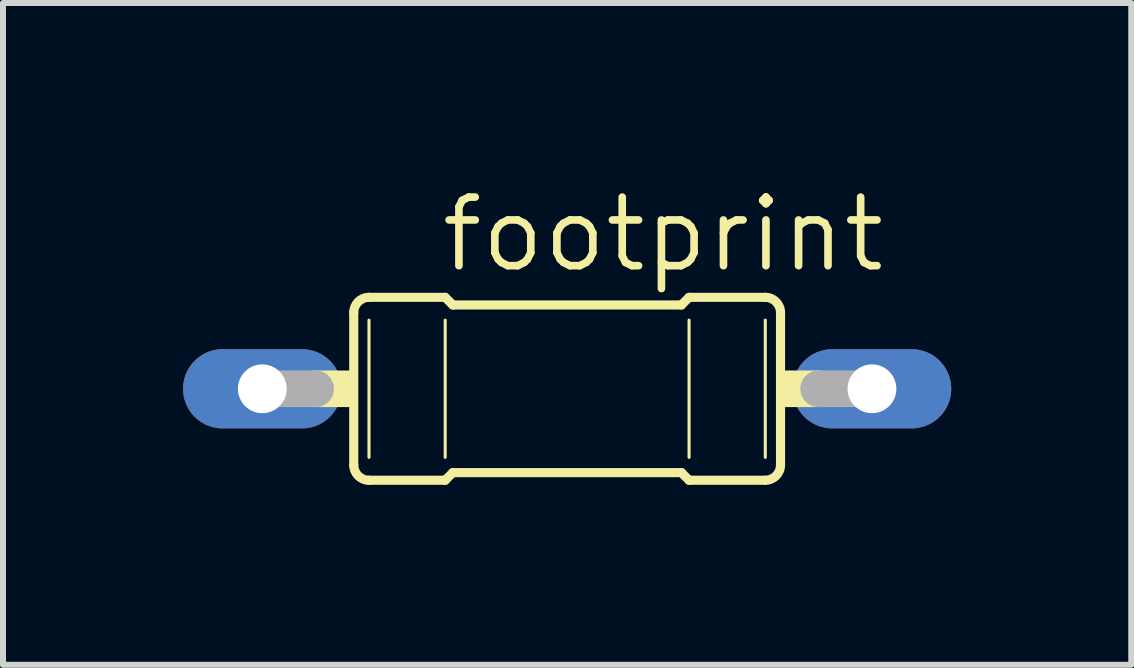
<source format=kicad_pcb>
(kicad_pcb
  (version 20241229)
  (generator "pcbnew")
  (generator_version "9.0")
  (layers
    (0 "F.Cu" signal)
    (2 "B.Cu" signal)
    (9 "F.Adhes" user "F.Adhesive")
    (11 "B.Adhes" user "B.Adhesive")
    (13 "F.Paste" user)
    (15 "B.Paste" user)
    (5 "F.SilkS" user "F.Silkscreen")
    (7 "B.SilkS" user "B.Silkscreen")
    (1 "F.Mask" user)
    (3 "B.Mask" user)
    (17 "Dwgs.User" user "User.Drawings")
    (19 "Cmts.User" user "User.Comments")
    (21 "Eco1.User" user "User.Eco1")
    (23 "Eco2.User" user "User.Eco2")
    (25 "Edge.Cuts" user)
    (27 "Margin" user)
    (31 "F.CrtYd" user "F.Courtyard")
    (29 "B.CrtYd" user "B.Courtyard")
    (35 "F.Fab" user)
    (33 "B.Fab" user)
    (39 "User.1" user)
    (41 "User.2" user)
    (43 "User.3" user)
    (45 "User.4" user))
  (footprint "footprint"
    (layer "F.Cu")
    (at 6.401 3.429)
    (property "Reference" "footprint" (at -2.159 -1.905 0) (layer "F.SilkS") (effects (font (size 1.143 1.143) (thickness 0.127)) (justify left bottom)))
    (fp_line (start -3.556 1.27) (end -3.556 -1.27) (stroke (width 0.152) (type solid)) (layer "F.SilkS"))
    (fp_line (start -3.302 -1.524) (end -2.032 -1.524) (stroke (width 0.152) (type solid)) (layer "F.SilkS"))
    (fp_line (start -3.302 -1.143) (end -3.302 1.143) (stroke (width 0.051) (type solid)) (layer "F.SilkS"))
    (fp_line (start -3.302 1.524) (end -2.032 1.524) (stroke (width 0.152) (type solid)) (layer "F.SilkS"))
    (fp_line (start -2.032 -1.143) (end -2.032 1.143) (stroke (width 0.051) (type solid)) (layer "F.SilkS"))
    (fp_line (start -1.905 -1.397) (end -2.032 -1.524) (stroke (width 0.152) (type solid)) (layer "F.SilkS"))
    (fp_line (start -1.905 1.397) (end -2.032 1.524) (stroke (width 0.152) (type solid)) (layer "F.SilkS"))
    (fp_line (start 1.905 -1.397) (end -1.905 -1.397) (stroke (width 0.152) (type solid)) (layer "F.SilkS"))
    (fp_line (start 1.905 -1.397) (end 2.032 -1.524) (stroke (width 0.152) (type solid)) (layer "F.SilkS"))
    (fp_line (start 1.905 1.397) (end -1.905 1.397) (stroke (width 0.152) (type solid)) (layer "F.SilkS"))
    (fp_line (start 1.905 1.397) (end 2.032 1.524) (stroke (width 0.152) (type solid)) (layer "F.SilkS"))
    (fp_line (start 2.032 -1.143) (end 2.032 1.143) (stroke (width 0.051) (type solid)) (layer "F.SilkS"))
    (fp_line (start 3.302 -1.524) (end 2.032 -1.524) (stroke (width 0.152) (type solid)) (layer "F.SilkS"))
    (fp_line (start 3.302 -1.143) (end 3.302 1.143) (stroke (width 0.051) (type solid)) (layer "F.SilkS"))
    (fp_line (start 3.302 1.524) (end 2.032 1.524) (stroke (width 0.152) (type solid)) (layer "F.SilkS"))
    (fp_line (start 3.556 1.27) (end 3.556 -1.27) (stroke (width 0.152) (type solid)) (layer "F.SilkS"))
    (fp_arc (start -3.556 -1.27) (mid -3.481605 -1.449605) (end -3.302 -1.524) (stroke (width 0.1524) (type solid)) (layer "F.SilkS"))
    (fp_arc (start -3.302 1.524) (mid -3.481605 1.449605) (end -3.556 1.27) (stroke (width 0.1524) (type solid)) (layer "F.SilkS"))
    (fp_arc (start 3.302 -1.524) (mid 3.481605 -1.449605) (end 3.556 -1.27) (stroke (width 0.1524) (type solid)) (layer "F.SilkS"))
    (fp_arc (start 3.556 1.27) (mid 3.481605 1.449605) (end 3.302 1.524) (stroke (width 0.1524) (type solid)) (layer "F.SilkS"))
    (fp_poly (pts (xy -4.242 0.305) (xy -3.556 0.305) (xy -3.556 -0.305) (xy -4.242 -0.305)) (stroke (width 0) (type solid)) (fill yes) (layer "F.SilkS"))
    (fp_poly (pts (xy 3.556 0.305) (xy 4.242 0.305) (xy 4.242 -0.305) (xy 3.556 -0.305)) (stroke (width 0) (type solid)) (fill yes) (layer "F.SilkS"))
    (fp_line (start -5.08 0) (end -4.191 0) (stroke (width 0.61) (type solid)) (layer "F.Fab"))
    (fp_line (start 5.08 0) (end 4.191 0) (stroke (width 0.61) (type solid)) (layer "F.Fab"))
    (pad "1" thru_hole oval (at -5.08 0) (size 2.642 1.321) (drill 0.813) (layers "*.Cu" "*.Mask"))
    (pad "2" thru_hole oval (at 5.08 0) (size 2.642 1.321) (drill 0.813) (layers "*.Cu" "*.Mask")))
  (gr_rect
    (start -3 -3)
    (end 15.802 8.029)
    (stroke (width 0.1) (type default))
    (fill no)
    (layer "Edge.Cuts")))
</source>
